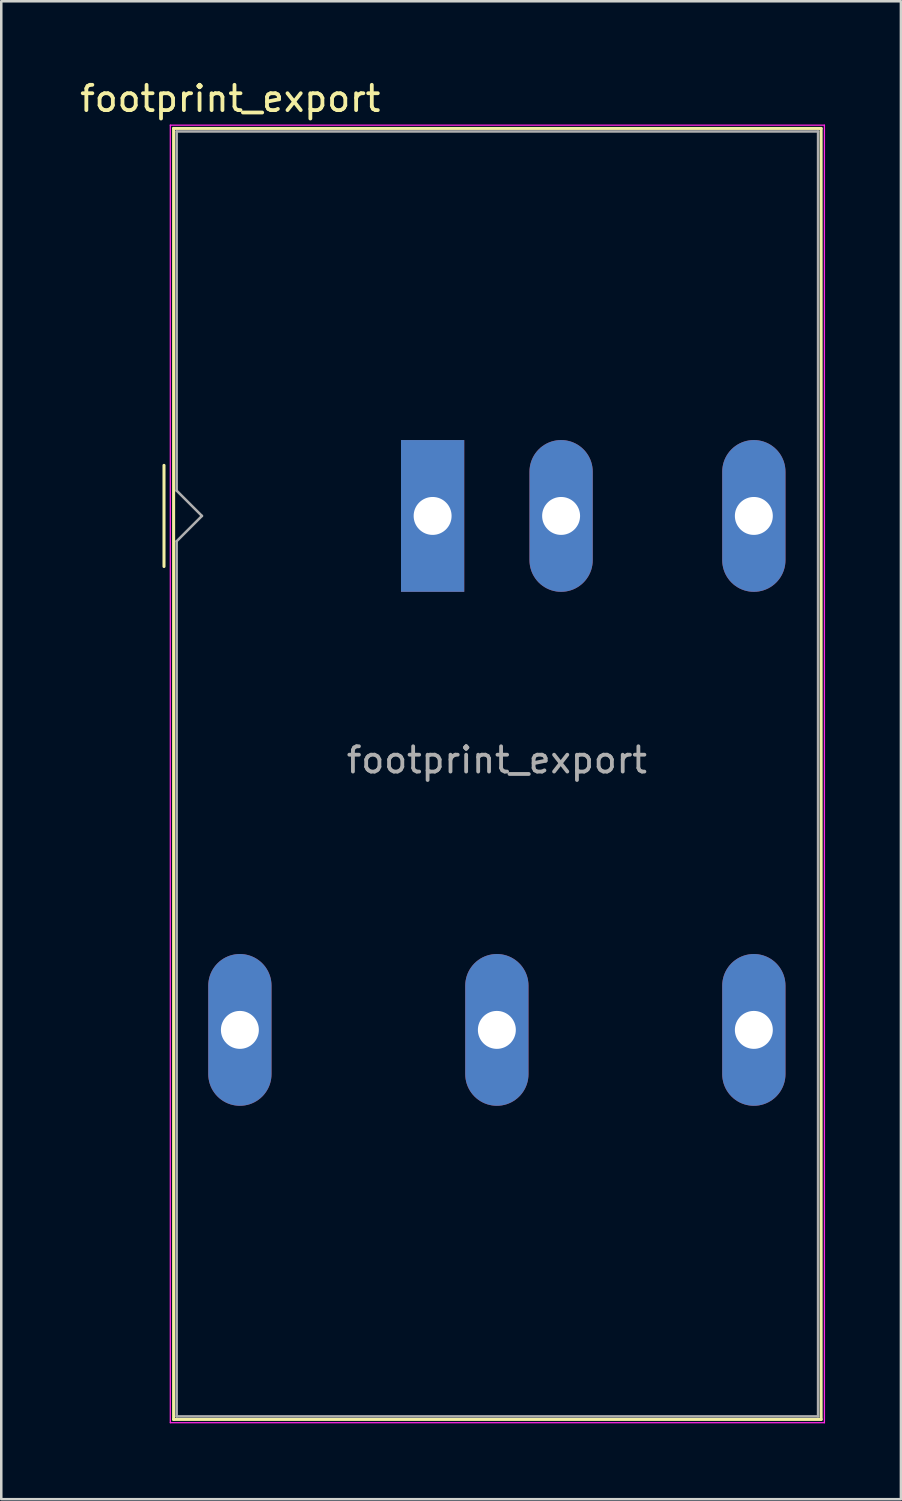
<source format=kicad_pcb>
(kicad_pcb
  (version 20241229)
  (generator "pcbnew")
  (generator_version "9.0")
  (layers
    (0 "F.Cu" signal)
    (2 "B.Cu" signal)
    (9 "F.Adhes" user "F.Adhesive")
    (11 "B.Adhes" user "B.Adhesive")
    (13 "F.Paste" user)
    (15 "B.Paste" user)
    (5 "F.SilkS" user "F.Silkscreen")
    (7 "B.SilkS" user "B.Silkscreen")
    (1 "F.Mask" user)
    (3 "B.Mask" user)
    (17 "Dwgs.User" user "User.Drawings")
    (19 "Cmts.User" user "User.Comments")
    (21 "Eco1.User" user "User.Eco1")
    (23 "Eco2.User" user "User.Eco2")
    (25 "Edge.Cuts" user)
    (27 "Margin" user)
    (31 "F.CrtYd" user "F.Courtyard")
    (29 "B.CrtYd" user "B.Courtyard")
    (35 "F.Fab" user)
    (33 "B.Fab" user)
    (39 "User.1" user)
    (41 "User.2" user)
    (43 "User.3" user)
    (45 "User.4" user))
  (footprint "footprint_export"
    (layer "F.Cu")
    (at 14.054 17.348)
    (property "Reference" "footprint_export" (at -8 -16.5 180) (layer "F.SilkS") (effects (font (size 1 1) (thickness 0.15))))
    (attr through_hole)
    (fp_line (start -10.62 -2) (end -10.62 2) (stroke (width 0.12) (type solid)) (layer "F.SilkS"))
    (fp_line (start -10.24 -15.32) (end 15.36 -15.32) (stroke (width 0.12) (type solid)) (layer "F.SilkS"))
    (fp_line (start -10.24 35.72) (end -10.24 -15.32) (stroke (width 0.12) (type solid)) (layer "F.SilkS"))
    (fp_line (start 15.36 -15.32) (end 15.36 35.72) (stroke (width 0.12) (type solid)) (layer "F.SilkS"))
    (fp_line (start 15.36 35.72) (end -10.24 35.72) (stroke (width 0.12) (type solid)) (layer "F.SilkS"))
    (fp_line (start -10.37 -15.45) (end 15.49 -15.45) (stroke (width 0.05) (type solid)) (layer "F.CrtYd"))
    (fp_line (start -10.37 35.85) (end -10.37 -15.45) (stroke (width 0.05) (type solid)) (layer "F.CrtYd"))
    (fp_line (start -10.37 35.85) (end 15.49 35.85) (stroke (width 0.05) (type solid)) (layer "F.CrtYd"))
    (fp_line (start 15.49 35.85) (end 15.49 -15.45) (stroke (width 0.05) (type solid)) (layer "F.CrtYd"))
    (fp_line (start -10.12 -1) (end -10.12 -15.2) (stroke (width 0.1) (type solid)) (layer "F.Fab"))
    (fp_line (start -10.12 1) (end -10.12 35.6) (stroke (width 0.1) (type solid)) (layer "F.Fab"))
    (fp_line (start -10.12 1) (end -9.12 0) (stroke (width 0.1) (type solid)) (layer "F.Fab"))
    (fp_line (start -10.12 35.6) (end 15.24 35.6) (stroke (width 0.1) (type solid)) (layer "F.Fab"))
    (fp_line (start -9.12 0) (end -10.12 -1) (stroke (width 0.1) (type solid)) (layer "F.Fab"))
    (fp_line (start 15.24 -15.2) (end -10.12 -15.2) (stroke (width 0.1) (type solid)) (layer "F.Fab"))
    (fp_line (start 15.24 35.6) (end 15.24 -15.2) (stroke (width 0.1) (type solid)) (layer "F.Fab"))
    (fp_text user "${REFERENCE}" (at 2.54 9.652 0) (layer "F.Fab") (effects (font (size 1 1) (thickness 0.15))))
    (pad "1" thru_hole rect (at 0 0 90) (size 6 2.5) (drill 1.5) (layers "*.Cu" "*.Mask"))
    (pad "2" thru_hole oval (at 5.08 0 90) (size 6 2.5) (drill 1.5) (layers "*.Cu" "*.Mask"))
    (pad "3" thru_hole oval (at -7.62 20.32 90) (size 6 2.5) (drill 1.5) (layers "*.Cu" "*.Mask"))
    (pad "4" thru_hole oval (at 2.54 20.32 90) (size 6 2.5) (drill 1.5) (layers "*.Cu" "*.Mask"))
    (pad "5" thru_hole oval (at 12.7 20.32 90) (size 6 2.5) (drill 1.5) (layers "*.Cu" "*.Mask"))
    (pad "6" thru_hole oval (at 12.7 0 90) (size 6 2.5) (drill 1.5) (layers "*.Cu" "*.Mask")))
  (gr_rect
    (start -3 -3)
    (end 32.569 56.223)
    (stroke (width 0.1) (type default))
    (fill no)
    (layer "Edge.Cuts")))
</source>
